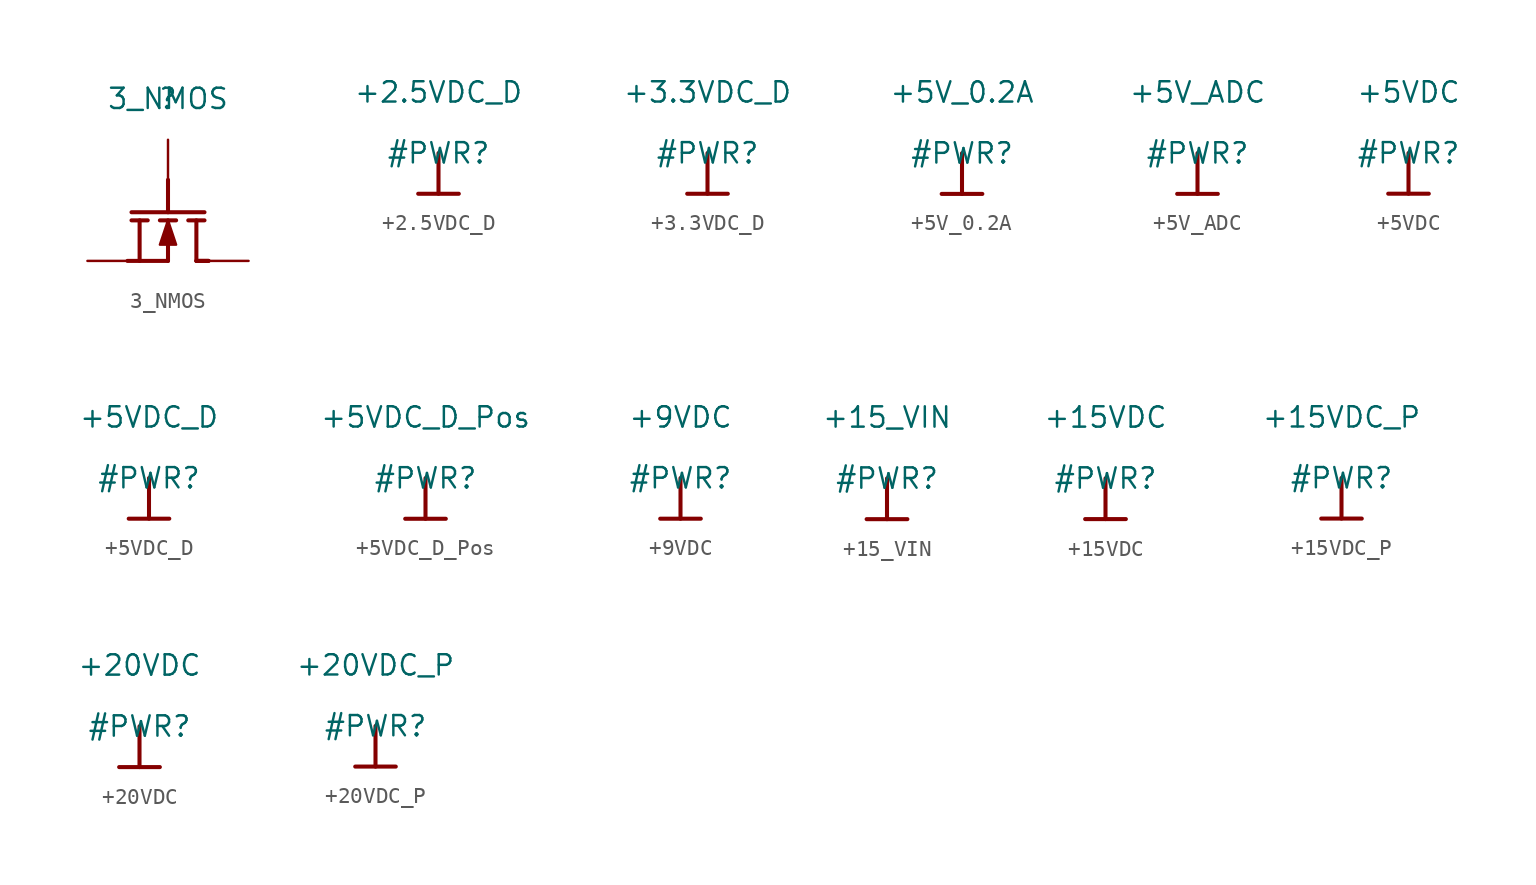
<source format=kicad_sym>
(kicad_symbol_lib
  (version 20211014)
  (generator kicad_symbol_editor)
  (symbol "3_NMOS"
    (property "Reference" ""
      (at 0 0 0)
      (effects (font (size 1.27 1.27))))
    (property "Value" "3_NMOS"
      (at 0 0 0)
      (effects (font (size 1.27 1.27))))
    (symbol "3_NMOS_1_0"
      (polyline (pts (xy -2.286 -7.62) (xy -1.27 -7.62)) (stroke (width 0.254) (type default) (color 0 0 0 0)) (fill (type none)))
      (polyline (pts (xy -1.778 -10.16) (xy -1.778 -7.62)) (stroke (width 0.254) (type default) (color 0 0 0 0)) (fill (type none)))
      (polyline (pts (xy -0.508 -7.62) (xy 0.508 -7.62)) (stroke (width 0.254) (type default) (color 0 0 0 0)) (fill (type none)))
      (polyline (pts (xy 0 -10.16) (xy -2.54 -10.16)) (stroke (width 0.254) (type default) (color 0 0 0 0)) (fill (type none)))
      (polyline (pts (xy 0 -10.16) (xy 0 -7.62)) (stroke (width 0.254) (type default) (color 0 0 0 0)) (fill (type none)))
      (polyline (pts (xy 0 -5.08) (xy 0 -7.112)) (stroke (width 0.254) (type default) (color 0 0 0 0)) (fill (type none)))
      (polyline (pts (xy 1.778 -10.16) (xy 1.778 -7.62)) (stroke (width 0.254) (type default) (color 0 0 0 0)) (fill (type none)))
      (polyline (pts (xy 1.778 -10.16) (xy 2.54 -10.16)) (stroke (width 0.254) (type default) (color 0 0 0 0)) (fill (type none)))
      (polyline (pts (xy 1.778 -10.16) (xy 2.54 -10.16)) (stroke (width 0.254) (type default) (color 0 0 0 0)) (fill (type none)))
      (polyline (pts (xy 2.286 -7.62) (xy 1.27 -7.62)) (stroke (width 0.254) (type default) (color 0 0 0 0)) (fill (type none)))
      (polyline (pts (xy 2.286 -7.112) (xy -2.286 -7.112)) (stroke (width 0.254) (type default) (color 0 0 0 0)) (fill (type none)))
      (polyline (pts (xy 0 -7.62) (xy -0.508 -9.144) (xy 0.508 -9.144) (xy 0 -7.62)) (stroke (width 0) (type default) (color 0 0 0 0)) (fill (type outline)))
      (pin passive line (at 0 -2.572 270) (length 2.5) (name "G" (effects (font (size 0 0)))) (number "1" (effects (font (size 0 0)))))
      (pin passive line (at -5.048 -10.16 0) (length 2.5) (name "S" (effects (font (size 0 0)))) (number "2" (effects (font (size 0 0)))))
      (pin passive line (at 5.048 -10.16 180) (length 2.5) (name "D" (effects (font (size 0 0)))) (number "3" (effects (font (size 0 0)))))))
  (symbol "+2.5VDC_D"
    (power)
    (property "Reference" "#PWR"
      (at 0 0 0)
      (effects (font (size 1.27 1.27))))
    (property "Value" "+2.5VDC_D"
      (at 0 3.81 0)
      (effects (font (size 1.27 1.27))))
    (symbol "+2.5VDC_D_0_0"
      (polyline (pts (xy -1.27 -2.54) (xy 1.27 -2.54)) (stroke (width 0.254) (type default) (color 0 0 0 0)) (fill (type none)))
      (polyline (pts (xy 0 0) (xy 0 -2.54)) (stroke (width 0.254) (type default) (color 0 0 0 0)) (fill (type none)))
      (pin power_in line (at 0 0 0) (length 0) hide (name "+2.5VDC_D" (effects (font (size 1.27 1.27)))) (number "" (effects (font (size 1.27 1.27)))))))
  (symbol "+3.3VDC_D"
    (power)
    (property "Reference" "#PWR"
      (at 0 0 0)
      (effects (font (size 1.27 1.27))))
    (property "Value" "+3.3VDC_D"
      (at 0 3.81 0)
      (effects (font (size 1.27 1.27))))
    (symbol "+3.3VDC_D_0_0"
      (polyline (pts (xy -1.27 -2.54) (xy 1.27 -2.54)) (stroke (width 0.254) (type default) (color 0 0 0 0)) (fill (type none)))
      (polyline (pts (xy 0 0) (xy 0 -2.54)) (stroke (width 0.254) (type default) (color 0 0 0 0)) (fill (type none)))
      (pin power_in line (at 0 0 0) (length 0) hide (name "+3.3VDC_D" (effects (font (size 1.27 1.27)))) (number "" (effects (font (size 1.27 1.27)))))))
  (symbol "+5V_0.2A"
    (power)
    (property "Reference" "#PWR"
      (at 0 0 0)
      (effects (font (size 1.27 1.27))))
    (property "Value" "+5V_0.2A"
      (at 0 3.81 0)
      (effects (font (size 1.27 1.27))))
    (symbol "+5V_0.2A_0_0"
      (polyline (pts (xy -1.27 -2.54) (xy 1.27 -2.54)) (stroke (width 0.254) (type default) (color 0 0 0 0)) (fill (type none)))
      (polyline (pts (xy 0 0) (xy 0 -2.54)) (stroke (width 0.254) (type default) (color 0 0 0 0)) (fill (type none)))
      (pin power_in line (at 0 0 0) (length 0) hide (name "+5V_0.2A" (effects (font (size 1.27 1.27)))) (number "" (effects (font (size 1.27 1.27)))))))
  (symbol "+5V_ADC"
    (power)
    (property "Reference" "#PWR"
      (at 0 0 0)
      (effects (font (size 1.27 1.27))))
    (property "Value" "+5V_ADC"
      (at 0 3.81 0)
      (effects (font (size 1.27 1.27))))
    (symbol "+5V_ADC_0_0"
      (polyline (pts (xy -1.27 -2.54) (xy 1.27 -2.54)) (stroke (width 0.254) (type default) (color 0 0 0 0)) (fill (type none)))
      (polyline (pts (xy 0 0) (xy 0 -2.54)) (stroke (width 0.254) (type default) (color 0 0 0 0)) (fill (type none)))
      (pin power_in line (at 0 0 0) (length 0) hide (name "+5V_ADC" (effects (font (size 1.27 1.27)))) (number "" (effects (font (size 1.27 1.27)))))))
  (symbol "+5VDC"
    (power)
    (property "Reference" "#PWR"
      (at 0 0 0)
      (effects (font (size 1.27 1.27))))
    (property "Value" "+5VDC"
      (at 0 3.81 0)
      (effects (font (size 1.27 1.27))))
    (symbol "+5VDC_0_0"
      (polyline (pts (xy -1.27 -2.54) (xy 1.27 -2.54)) (stroke (width 0.254) (type default) (color 0 0 0 0)) (fill (type none)))
      (polyline (pts (xy 0 0) (xy 0 -2.54)) (stroke (width 0.254) (type default) (color 0 0 0 0)) (fill (type none)))
      (pin power_in line (at 0 0 0) (length 0) hide (name "+5VDC" (effects (font (size 1.27 1.27)))) (number "" (effects (font (size 1.27 1.27)))))))
  (symbol "+5VDC_D"
    (power)
    (property "Reference" "#PWR"
      (at 0 0 0)
      (effects (font (size 1.27 1.27))))
    (property "Value" "+5VDC_D"
      (at 0 3.81 0)
      (effects (font (size 1.27 1.27))))
    (symbol "+5VDC_D_0_0"
      (polyline (pts (xy -1.27 -2.54) (xy 1.27 -2.54)) (stroke (width 0.254) (type default) (color 0 0 0 0)) (fill (type none)))
      (polyline (pts (xy 0 0) (xy 0 -2.54)) (stroke (width 0.254) (type default) (color 0 0 0 0)) (fill (type none)))
      (pin power_in line (at 0 0 0) (length 0) hide (name "+5VDC_D" (effects (font (size 1.27 1.27)))) (number "" (effects (font (size 1.27 1.27)))))))
  (symbol "+5VDC_D_Pos"
    (power)
    (property "Reference" "#PWR"
      (at 0 0 0)
      (effects (font (size 1.27 1.27))))
    (property "Value" "+5VDC_D_Pos"
      (at 0 3.81 0)
      (effects (font (size 1.27 1.27))))
    (symbol "+5VDC_D_Pos_0_0"
      (polyline (pts (xy -1.27 -2.54) (xy 1.27 -2.54)) (stroke (width 0.254) (type default) (color 0 0 0 0)) (fill (type none)))
      (polyline (pts (xy 0 0) (xy 0 -2.54)) (stroke (width 0.254) (type default) (color 0 0 0 0)) (fill (type none)))
      (pin power_in line (at 0 0 0) (length 0) hide (name "+5VDC_D_Pos" (effects (font (size 1.27 1.27)))) (number "" (effects (font (size 1.27 1.27)))))))
  (symbol "+9VDC"
    (power)
    (property "Reference" "#PWR"
      (at 0 0 0)
      (effects (font (size 1.27 1.27))))
    (property "Value" "+9VDC"
      (at 0 3.81 0)
      (effects (font (size 1.27 1.27))))
    (symbol "+9VDC_0_0"
      (polyline (pts (xy -1.27 -2.54) (xy 1.27 -2.54)) (stroke (width 0.254) (type default) (color 0 0 0 0)) (fill (type none)))
      (polyline (pts (xy 0 0) (xy 0 -2.54)) (stroke (width 0.254) (type default) (color 0 0 0 0)) (fill (type none)))
      (pin power_in line (at 0 0 0) (length 0) hide (name "+9VDC" (effects (font (size 1.27 1.27)))) (number "" (effects (font (size 1.27 1.27)))))))
  (symbol "+15_VIN"
    (power)
    (property "Reference" "#PWR"
      (at 0 0 0)
      (effects (font (size 1.27 1.27))))
    (property "Value" "+15_VIN"
      (at 0 3.81 0)
      (effects (font (size 1.27 1.27))))
    (symbol "+15_VIN_0_0"
      (polyline (pts (xy -1.27 -2.54) (xy 1.27 -2.54)) (stroke (width 0.254) (type default) (color 0 0 0 0)) (fill (type none)))
      (polyline (pts (xy 0 0) (xy 0 -2.54)) (stroke (width 0.254) (type default) (color 0 0 0 0)) (fill (type none)))
      (pin power_in line (at 0 0 0) (length 0) hide (name "+15_VIN" (effects (font (size 1.27 1.27)))) (number "" (effects (font (size 1.27 1.27)))))))
  (symbol "+15VDC"
    (power)
    (property "Reference" "#PWR"
      (at 0 0 0)
      (effects (font (size 1.27 1.27))))
    (property "Value" "+15VDC"
      (at 0 3.81 0)
      (effects (font (size 1.27 1.27))))
    (symbol "+15VDC_0_0"
      (polyline (pts (xy -1.27 -2.54) (xy 1.27 -2.54)) (stroke (width 0.254) (type default) (color 0 0 0 0)) (fill (type none)))
      (polyline (pts (xy 0 0) (xy 0 -2.54)) (stroke (width 0.254) (type default) (color 0 0 0 0)) (fill (type none)))
      (pin power_in line (at 0 0 0) (length 0) hide (name "+15VDC" (effects (font (size 1.27 1.27)))) (number "" (effects (font (size 1.27 1.27)))))))
  (symbol "+15VDC_P"
    (power)
    (property "Reference" "#PWR"
      (at 0 0 0)
      (effects (font (size 1.27 1.27))))
    (property "Value" "+15VDC_P"
      (at 0 3.81 0)
      (effects (font (size 1.27 1.27))))
    (symbol "+15VDC_P_0_0"
      (polyline (pts (xy -1.27 -2.54) (xy 1.27 -2.54)) (stroke (width 0.254) (type default) (color 0 0 0 0)) (fill (type none)))
      (polyline (pts (xy 0 0) (xy 0 -2.54)) (stroke (width 0.254) (type default) (color 0 0 0 0)) (fill (type none)))
      (pin power_in line (at 0 0 0) (length 0) hide (name "+15VDC_P" (effects (font (size 1.27 1.27)))) (number "" (effects (font (size 1.27 1.27)))))))
  (symbol "+20VDC"
    (power)
    (property "Reference" "#PWR"
      (at 0 0 0)
      (effects (font (size 1.27 1.27))))
    (property "Value" "+20VDC"
      (at 0 3.81 0)
      (effects (font (size 1.27 1.27))))
    (symbol "+20VDC_0_0"
      (polyline (pts (xy -1.27 -2.54) (xy 1.27 -2.54)) (stroke (width 0.254) (type default) (color 0 0 0 0)) (fill (type none)))
      (polyline (pts (xy 0 0) (xy 0 -2.54)) (stroke (width 0.254) (type default) (color 0 0 0 0)) (fill (type none)))
      (pin power_in line (at 0 0 0) (length 0) hide (name "+20VDC" (effects (font (size 1.27 1.27)))) (number "" (effects (font (size 1.27 1.27)))))))
  (symbol "+20VDC_P"
    (power)
    (property "Reference" "#PWR"
      (at 0 0 0)
      (effects (font (size 1.27 1.27))))
    (property "Value" "+20VDC_P"
      (at 0 3.81 0)
      (effects (font (size 1.27 1.27))))
    (symbol "+20VDC_P_0_0"
      (polyline (pts (xy -1.27 -2.54) (xy 1.27 -2.54)) (stroke (width 0.254) (type default) (color 0 0 0 0)) (fill (type none)))
      (polyline (pts (xy 0 0) (xy 0 -2.54)) (stroke (width 0.254) (type default) (color 0 0 0 0)) (fill (type none)))
      (pin power_in line (at 0 0 0) (length 0) hide (name "+20VDC_P" (effects (font (size 1.27 1.27)))) (number "" (effects (font (size 1.27 1.27))))))))
</source>
